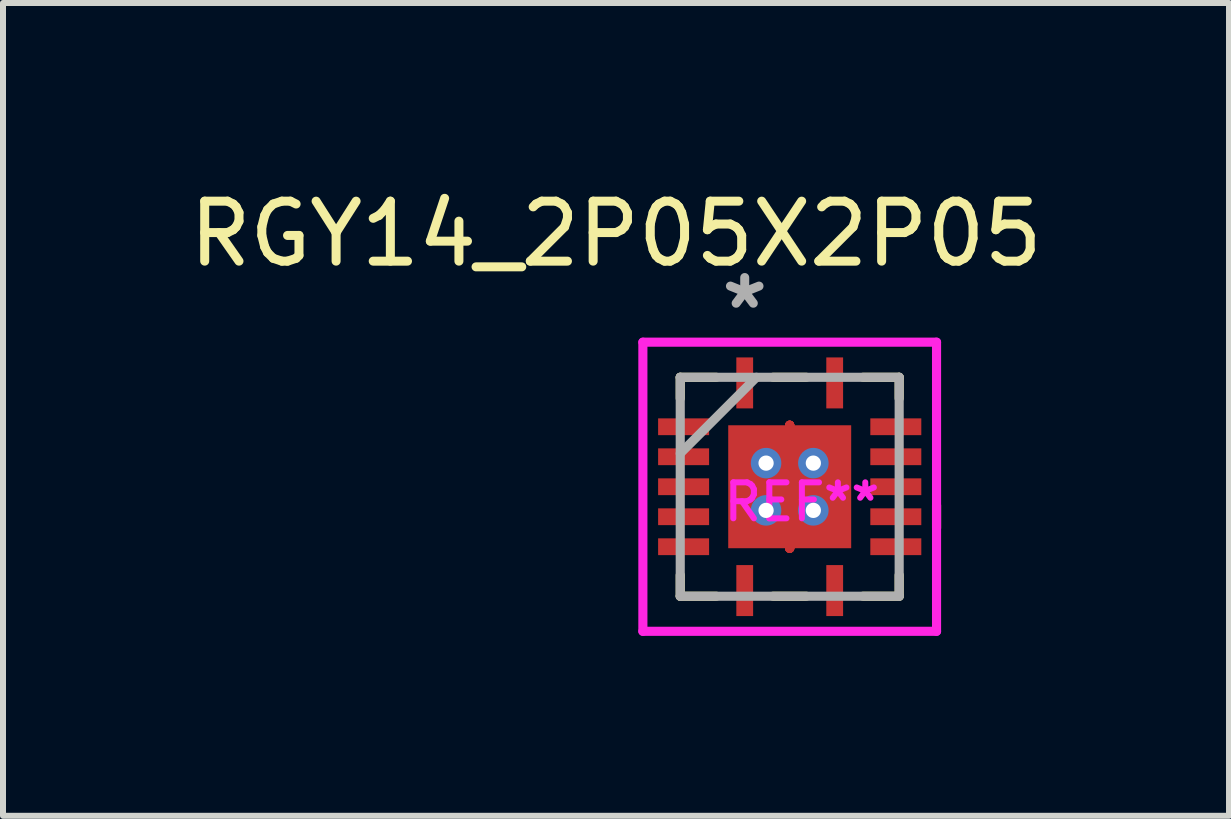
<source format=kicad_pcb>
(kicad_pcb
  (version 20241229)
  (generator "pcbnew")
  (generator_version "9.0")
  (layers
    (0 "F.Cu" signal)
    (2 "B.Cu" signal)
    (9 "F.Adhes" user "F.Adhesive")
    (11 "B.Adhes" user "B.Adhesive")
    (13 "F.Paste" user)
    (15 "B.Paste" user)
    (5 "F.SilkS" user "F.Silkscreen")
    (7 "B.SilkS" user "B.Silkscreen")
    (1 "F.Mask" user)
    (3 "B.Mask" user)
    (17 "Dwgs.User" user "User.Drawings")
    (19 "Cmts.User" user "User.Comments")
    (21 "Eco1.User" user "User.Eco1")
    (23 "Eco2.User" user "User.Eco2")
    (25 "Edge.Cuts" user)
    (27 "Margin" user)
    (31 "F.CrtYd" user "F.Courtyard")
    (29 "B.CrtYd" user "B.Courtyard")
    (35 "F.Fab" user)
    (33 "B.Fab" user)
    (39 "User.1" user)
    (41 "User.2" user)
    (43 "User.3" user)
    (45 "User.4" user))
  (footprint "RGY14_2P05X2P05"
    (layer "F.Cu")
    (at 10.116 5.065)
    (property "Reference" "RGY14_2P05X2P05" (at -2.896 -4.216 0) (layer "F.SilkS") (effects (font (size 1 1) (thickness 0.15))))
    (attr through_hole)
    (fp_line (start 0 -1.025) (end 0 -1.025) (stroke (width 0.152) (type solid)) (layer "F.Cu"))
    (fp_line (start 0 -1.025) (end 0 -1.025) (stroke (width 0.152) (type solid)) (layer "F.Cu"))
    (fp_line (start 0 -1.025) (end 0 -1.025) (stroke (width 0.152) (type solid)) (layer "F.Cu"))
    (fp_line (start 0 -1.025) (end 0 -1.025) (stroke (width 0.152) (type solid)) (layer "F.Cu"))
    (fp_line (start 0 -1.025) (end 0 -1.025) (stroke (width 0.152) (type solid)) (layer "F.Cu"))
    (fp_line (start 0 -1.025) (end 0 -1.025) (stroke (width 0.152) (type solid)) (layer "F.Cu"))
    (fp_line (start 0 -1.025) (end 0 -1.025) (stroke (width 0.152) (type solid)) (layer "F.Cu"))
    (fp_line (start 0 -1.025) (end 0 -1.025) (stroke (width 0.152) (type solid)) (layer "F.Cu"))
    (fp_line (start 0 1.025) (end 0 1.025) (stroke (width 0.152) (type solid)) (layer "F.Cu"))
    (fp_line (start 0 1.025) (end 0 1.025) (stroke (width 0.152) (type solid)) (layer "F.Cu"))
    (fp_line (start 0 1.025) (end 0 1.025) (stroke (width 0.152) (type solid)) (layer "F.Cu"))
    (fp_line (start 0 1.025) (end 0 1.025) (stroke (width 0.152) (type solid)) (layer "F.Cu"))
    (fp_line (start 0 1.025) (end 0 1.025) (stroke (width 0.152) (type solid)) (layer "F.Cu"))
    (fp_line (start 0 1.025) (end 0 1.025) (stroke (width 0.152) (type solid)) (layer "F.Cu"))
    (fp_line (start 0 1.025) (end 0 1.025) (stroke (width 0.152) (type solid)) (layer "F.Cu"))
    (fp_line (start 0 1.025) (end 0 1.025) (stroke (width 0.152) (type solid)) (layer "F.Cu"))
    (fp_line (start -2.264 -1.21) (end -2.264 -0.79) (stroke (width 0.152) (type solid)) (layer "F.Mask"))
    (fp_line (start -2.264 -0.79) (end -1.274 -0.79) (stroke (width 0.152) (type solid)) (layer "F.Mask"))
    (fp_line (start -2.264 -0.71) (end -2.264 -0.29) (stroke (width 0.152) (type solid)) (layer "F.Mask"))
    (fp_line (start -2.264 -0.29) (end -1.274 -0.29) (stroke (width 0.152) (type solid)) (layer "F.Mask"))
    (fp_line (start -2.264 -0.21) (end -2.264 0.21) (stroke (width 0.152) (type solid)) (layer "F.Mask"))
    (fp_line (start -2.264 0.21) (end -1.274 0.21) (stroke (width 0.152) (type solid)) (layer "F.Mask"))
    (fp_line (start -2.264 0.29) (end -2.264 0.71) (stroke (width 0.152) (type solid)) (layer "F.Mask"))
    (fp_line (start -2.264 0.71) (end -1.274 0.71) (stroke (width 0.152) (type solid)) (layer "F.Mask"))
    (fp_line (start -2.264 0.79) (end -2.264 1.21) (stroke (width 0.152) (type solid)) (layer "F.Mask"))
    (fp_line (start -2.264 1.21) (end -1.274 1.21) (stroke (width 0.152) (type solid)) (layer "F.Mask"))
    (fp_line (start -1.274 -1.21) (end -2.264 -1.21) (stroke (width 0.152) (type solid)) (layer "F.Mask"))
    (fp_line (start -1.274 -0.79) (end -1.274 -1.21) (stroke (width 0.152) (type solid)) (layer "F.Mask"))
    (fp_line (start -1.274 -0.71) (end -2.264 -0.71) (stroke (width 0.152) (type solid)) (layer "F.Mask"))
    (fp_line (start -1.274 -0.29) (end -1.274 -0.71) (stroke (width 0.152) (type solid)) (layer "F.Mask"))
    (fp_line (start -1.274 -0.21) (end -2.264 -0.21) (stroke (width 0.152) (type solid)) (layer "F.Mask"))
    (fp_line (start -1.274 0.21) (end -1.274 -0.21) (stroke (width 0.152) (type solid)) (layer "F.Mask"))
    (fp_line (start -1.274 0.29) (end -2.264 0.29) (stroke (width 0.152) (type solid)) (layer "F.Mask"))
    (fp_line (start -1.274 0.71) (end -1.274 0.29) (stroke (width 0.152) (type solid)) (layer "F.Mask"))
    (fp_line (start -1.274 0.79) (end -2.264 0.79) (stroke (width 0.152) (type solid)) (layer "F.Mask"))
    (fp_line (start -1.274 1.21) (end -1.274 0.79) (stroke (width 0.152) (type solid)) (layer "F.Mask"))
    (fp_line (start -1.089 -1.089) (end -0.594 -1.089) (stroke (width 0.152) (type solid)) (layer "F.Mask"))
    (fp_line (start -1.089 -1.089) (end 1.089 -1.089) (stroke (width 0.152) (type solid)) (layer "F.Mask"))
    (fp_line (start -1.089 -0.594) (end -1.089 -1.089) (stroke (width 0.152) (type solid)) (layer "F.Mask"))
    (fp_line (start -1.089 -0.194) (end 1.089 -0.194) (stroke (width 0.152) (type solid)) (layer "F.Mask"))
    (fp_line (start -1.089 0.194) (end -1.089 -0.194) (stroke (width 0.152) (type solid)) (layer "F.Mask"))
    (fp_line (start -1.089 0.594) (end 1.089 0.594) (stroke (width 0.152) (type solid)) (layer "F.Mask"))
    (fp_line (start -1.089 1.089) (end -1.089 -1.089) (stroke (width 0.152) (type solid)) (layer "F.Mask"))
    (fp_line (start -1.089 1.089) (end -1.089 0.594) (stroke (width 0.152) (type solid)) (layer "F.Mask"))
    (fp_line (start -0.96 -2.226) (end -0.96 -1.236) (stroke (width 0.152) (type solid)) (layer "F.Mask"))
    (fp_line (start -0.96 -1.236) (end -0.54 -1.236) (stroke (width 0.152) (type solid)) (layer "F.Mask"))
    (fp_line (start -0.96 1.236) (end -0.96 2.226) (stroke (width 0.152) (type solid)) (layer "F.Mask"))
    (fp_line (start -0.96 2.226) (end -0.54 2.226) (stroke (width 0.152) (type solid)) (layer "F.Mask"))
    (fp_line (start -0.594 -1.089) (end -0.594 1.089) (stroke (width 0.152) (type solid)) (layer "F.Mask"))
    (fp_line (start -0.594 1.089) (end -1.089 1.089) (stroke (width 0.152) (type solid)) (layer "F.Mask"))
    (fp_line (start -0.54 -2.226) (end -0.96 -2.226) (stroke (width 0.152) (type solid)) (layer "F.Mask"))
    (fp_line (start -0.54 -1.236) (end -0.54 -2.226) (stroke (width 0.152) (type solid)) (layer "F.Mask"))
    (fp_line (start -0.54 1.236) (end -0.96 1.236) (stroke (width 0.152) (type solid)) (layer "F.Mask"))
    (fp_line (start -0.54 2.226) (end -0.54 1.236) (stroke (width 0.152) (type solid)) (layer "F.Mask"))
    (fp_line (start -0.194 -1.089) (end -0.194 1.089) (stroke (width 0.152) (type solid)) (layer "F.Mask"))
    (fp_line (start -0.194 1.089) (end 0.194 1.089) (stroke (width 0.152) (type solid)) (layer "F.Mask"))
    (fp_line (start 0 -1.025) (end 0 -1.025) (stroke (width 0.152) (type solid)) (layer "F.Mask"))
    (fp_line (start 0 -1.025) (end 0 -1.025) (stroke (width 0.152) (type solid)) (layer "F.Mask"))
    (fp_line (start 0 -1.025) (end 0 -1.025) (stroke (width 0.152) (type solid)) (layer "F.Mask"))
    (fp_line (start 0 -1.025) (end 0 -1.025) (stroke (width 0.152) (type solid)) (layer "F.Mask"))
    (fp_line (start 0 -1.025) (end 0 -1.025) (stroke (width 0.152) (type solid)) (layer "F.Mask"))
    (fp_line (start 0 -1.025) (end 0 -1.025) (stroke (width 0.152) (type solid)) (layer "F.Mask"))
    (fp_line (start 0 -1.025) (end 0 -1.025) (stroke (width 0.152) (type solid)) (layer "F.Mask"))
    (fp_line (start 0 -1.025) (end 0 -1.025) (stroke (width 0.152) (type solid)) (layer "F.Mask"))
    (fp_line (start 0 1.025) (end 0 1.025) (stroke (width 0.152) (type solid)) (layer "F.Mask"))
    (fp_line (start 0 1.025) (end 0 1.025) (stroke (width 0.152) (type solid)) (layer "F.Mask"))
    (fp_line (start 0 1.025) (end 0 1.025) (stroke (width 0.152) (type solid)) (layer "F.Mask"))
    (fp_line (start 0 1.025) (end 0 1.025) (stroke (width 0.152) (type solid)) (layer "F.Mask"))
    (fp_line (start 0 1.025) (end 0 1.025) (stroke (width 0.152) (type solid)) (layer "F.Mask"))
    (fp_line (start 0 1.025) (end 0 1.025) (stroke (width 0.152) (type solid)) (layer "F.Mask"))
    (fp_line (start 0 1.025) (end 0 1.025) (stroke (width 0.152) (type solid)) (layer "F.Mask"))
    (fp_line (start 0 1.025) (end 0 1.025) (stroke (width 0.152) (type solid)) (layer "F.Mask"))
    (fp_line (start 0.194 -1.089) (end -0.194 -1.089) (stroke (width 0.152) (type solid)) (layer "F.Mask"))
    (fp_line (start 0.194 1.089) (end 0.194 -1.089) (stroke (width 0.152) (type solid)) (layer "F.Mask"))
    (fp_line (start 0.54 -2.226) (end 0.54 -1.236) (stroke (width 0.152) (type solid)) (layer "F.Mask"))
    (fp_line (start 0.54 -1.236) (end 0.96 -1.236) (stroke (width 0.152) (type solid)) (layer "F.Mask"))
    (fp_line (start 0.54 1.236) (end 0.54 2.226) (stroke (width 0.152) (type solid)) (layer "F.Mask"))
    (fp_line (start 0.54 2.226) (end 0.96 2.226) (stroke (width 0.152) (type solid)) (layer "F.Mask"))
    (fp_line (start 0.594 -1.089) (end 1.089 -1.089) (stroke (width 0.152) (type solid)) (layer "F.Mask"))
    (fp_line (start 0.594 1.089) (end 0.594 -1.089) (stroke (width 0.152) (type solid)) (layer "F.Mask"))
    (fp_line (start 0.96 -2.226) (end 0.54 -2.226) (stroke (width 0.152) (type solid)) (layer "F.Mask"))
    (fp_line (start 0.96 -1.236) (end 0.96 -2.226) (stroke (width 0.152) (type solid)) (layer "F.Mask"))
    (fp_line (start 0.96 1.236) (end 0.54 1.236) (stroke (width 0.152) (type solid)) (layer "F.Mask"))
    (fp_line (start 0.96 2.226) (end 0.96 1.236) (stroke (width 0.152) (type solid)) (layer "F.Mask"))
    (fp_line (start 1.089 -1.089) (end 1.089 -0.594) (stroke (width 0.152) (type solid)) (layer "F.Mask"))
    (fp_line (start 1.089 -1.089) (end 1.089 1.089) (stroke (width 0.152) (type solid)) (layer "F.Mask"))
    (fp_line (start 1.089 -0.594) (end -1.089 -0.594) (stroke (width 0.152) (type solid)) (layer "F.Mask"))
    (fp_line (start 1.089 -0.194) (end 1.089 0.194) (stroke (width 0.152) (type solid)) (layer "F.Mask"))
    (fp_line (start 1.089 0.194) (end -1.089 0.194) (stroke (width 0.152) (type solid)) (layer "F.Mask"))
    (fp_line (start 1.089 0.594) (end 1.089 1.089) (stroke (width 0.152) (type solid)) (layer "F.Mask"))
    (fp_line (start 1.089 1.089) (end -1.089 1.089) (stroke (width 0.152) (type solid)) (layer "F.Mask"))
    (fp_line (start 1.089 1.089) (end 0.594 1.089) (stroke (width 0.152) (type solid)) (layer "F.Mask"))
    (fp_line (start 1.274 -1.21) (end 1.274 -0.79) (stroke (width 0.152) (type solid)) (layer "F.Mask"))
    (fp_line (start 1.274 -0.79) (end 2.264 -0.79) (stroke (width 0.152) (type solid)) (layer "F.Mask"))
    (fp_line (start 1.274 -0.71) (end 1.274 -0.29) (stroke (width 0.152) (type solid)) (layer "F.Mask"))
    (fp_line (start 1.274 -0.29) (end 2.264 -0.29) (stroke (width 0.152) (type solid)) (layer "F.Mask"))
    (fp_line (start 1.274 -0.21) (end 1.274 0.21) (stroke (width 0.152) (type solid)) (layer "F.Mask"))
    (fp_line (start 1.274 0.21) (end 2.264 0.21) (stroke (width 0.152) (type solid)) (layer "F.Mask"))
    (fp_line (start 1.274 0.29) (end 1.274 0.71) (stroke (width 0.152) (type solid)) (layer "F.Mask"))
    (fp_line (start 1.274 0.71) (end 2.264 0.71) (stroke (width 0.152) (type solid)) (layer "F.Mask"))
    (fp_line (start 1.274 0.79) (end 1.274 1.21) (stroke (width 0.152) (type solid)) (layer "F.Mask"))
    (fp_line (start 1.274 1.21) (end 2.264 1.21) (stroke (width 0.152) (type solid)) (layer "F.Mask"))
    (fp_line (start 2.264 -1.21) (end 1.274 -1.21) (stroke (width 0.152) (type solid)) (layer "F.Mask"))
    (fp_line (start 2.264 -0.79) (end 2.264 -1.21) (stroke (width 0.152) (type solid)) (layer "F.Mask"))
    (fp_line (start 2.264 -0.71) (end 1.274 -0.71) (stroke (width 0.152) (type solid)) (layer "F.Mask"))
    (fp_line (start 2.264 -0.29) (end 2.264 -0.71) (stroke (width 0.152) (type solid)) (layer "F.Mask"))
    (fp_line (start 2.264 -0.21) (end 1.274 -0.21) (stroke (width 0.152) (type solid)) (layer "F.Mask"))
    (fp_line (start 2.264 0.21) (end 2.264 -0.21) (stroke (width 0.152) (type solid)) (layer "F.Mask"))
    (fp_line (start 2.264 0.29) (end 1.274 0.29) (stroke (width 0.152) (type solid)) (layer "F.Mask"))
    (fp_line (start 2.264 0.71) (end 2.264 0.29) (stroke (width 0.152) (type solid)) (layer "F.Mask"))
    (fp_line (start 2.264 0.79) (end 1.274 0.79) (stroke (width 0.152) (type solid)) (layer "F.Mask"))
    (fp_line (start 2.264 1.21) (end 2.264 0.79) (stroke (width 0.152) (type solid)) (layer "F.Mask"))
    (fp_line (start -1.825 -1.825) (end -1.825 -1.473) (stroke (width 0.152) (type solid)) (layer "F.SilkS"))
    (fp_line (start -1.825 1.473) (end -1.825 1.825) (stroke (width 0.152) (type solid)) (layer "F.SilkS"))
    (fp_line (start -1.825 1.825) (end -1.223 1.825) (stroke (width 0.152) (type solid)) (layer "F.SilkS"))
    (fp_line (start -1.223 -1.825) (end -1.825 -1.825) (stroke (width 0.152) (type solid)) (layer "F.SilkS"))
    (fp_line (start -0.277 1.825) (end 0.277 1.825) (stroke (width 0.152) (type solid)) (layer "F.SilkS"))
    (fp_line (start 0.277 -1.825) (end -0.277 -1.825) (stroke (width 0.152) (type solid)) (layer "F.SilkS"))
    (fp_line (start 1.223 1.825) (end 1.825 1.825) (stroke (width 0.152) (type solid)) (layer "F.SilkS"))
    (fp_line (start 1.825 -1.825) (end 1.223 -1.825) (stroke (width 0.152) (type solid)) (layer "F.SilkS"))
    (fp_line (start 1.825 -1.473) (end 1.825 -1.825) (stroke (width 0.152) (type solid)) (layer "F.SilkS"))
    (fp_line (start 1.825 1.825) (end 1.825 1.473) (stroke (width 0.152) (type solid)) (layer "F.SilkS"))
    (fp_line (start 2.448 0.69) (end 2.448 0.309) (stroke (width 0.152) (type solid)) (layer "F.SilkS"))
    (fp_line (start -2.143 -1.089) (end -2.143 -0.911) (stroke (width 0.152) (type solid)) (layer "F.Paste"))
    (fp_line (start -2.143 -0.911) (end -1.395 -0.911) (stroke (width 0.152) (type solid)) (layer "F.Paste"))
    (fp_line (start -2.143 -0.589) (end -2.143 -0.411) (stroke (width 0.152) (type solid)) (layer "F.Paste"))
    (fp_line (start -2.143 -0.411) (end -1.395 -0.411) (stroke (width 0.152) (type solid)) (layer "F.Paste"))
    (fp_line (start -2.143 -0.089) (end -2.143 0.089) (stroke (width 0.152) (type solid)) (layer "F.Paste"))
    (fp_line (start -2.143 0.089) (end -1.395 0.089) (stroke (width 0.152) (type solid)) (layer "F.Paste"))
    (fp_line (start -2.143 0.411) (end -2.143 0.589) (stroke (width 0.152) (type solid)) (layer "F.Paste"))
    (fp_line (start -2.143 0.589) (end -1.395 0.589) (stroke (width 0.152) (type solid)) (layer "F.Paste"))
    (fp_line (start -2.143 0.911) (end -2.143 1.089) (stroke (width 0.152) (type solid)) (layer "F.Paste"))
    (fp_line (start -2.143 1.089) (end -1.395 1.089) (stroke (width 0.152) (type solid)) (layer "F.Paste"))
    (fp_line (start -1.395 -1.089) (end -2.143 -1.089) (stroke (width 0.152) (type solid)) (layer "F.Paste"))
    (fp_line (start -1.395 -0.911) (end -1.395 -1.089) (stroke (width 0.152) (type solid)) (layer "F.Paste"))
    (fp_line (start -1.395 -0.589) (end -2.143 -0.589) (stroke (width 0.152) (type solid)) (layer "F.Paste"))
    (fp_line (start -1.395 -0.411) (end -1.395 -0.589) (stroke (width 0.152) (type solid)) (layer "F.Paste"))
    (fp_line (start -1.395 -0.089) (end -2.143 -0.089) (stroke (width 0.152) (type solid)) (layer "F.Paste"))
    (fp_line (start -1.395 0.089) (end -1.395 -0.089) (stroke (width 0.152) (type solid)) (layer "F.Paste"))
    (fp_line (start -1.395 0.411) (end -2.143 0.411) (stroke (width 0.152) (type solid)) (layer "F.Paste"))
    (fp_line (start -1.395 0.589) (end -1.395 0.411) (stroke (width 0.152) (type solid)) (layer "F.Paste"))
    (fp_line (start -1.395 0.911) (end -2.143 0.911) (stroke (width 0.152) (type solid)) (layer "F.Paste"))
    (fp_line (start -1.395 1.089) (end -1.395 0.911) (stroke (width 0.152) (type solid)) (layer "F.Paste"))
    (fp_line (start -0.95 -0.95) (end -0.95 -0.494) (stroke (width 0.152) (type solid)) (layer "F.Paste"))
    (fp_line (start -0.95 -0.494) (end -0.635 -0.494) (stroke (width 0.152) (type solid)) (layer "F.Paste"))
    (fp_line (start -0.95 -0.294) (end -0.95 0.294) (stroke (width 0.152) (type solid)) (layer "F.Paste"))
    (fp_line (start -0.95 0.294) (end -0.635 0.294) (stroke (width 0.152) (type solid)) (layer "F.Paste"))
    (fp_line (start -0.95 0.494) (end -0.95 0.95) (stroke (width 0.152) (type solid)) (layer "F.Paste"))
    (fp_line (start -0.95 0.95) (end -0.494 0.95) (stroke (width 0.152) (type solid)) (layer "F.Paste"))
    (fp_line (start -0.839 -2.105) (end -0.839 -1.357) (stroke (width 0.152) (type solid)) (layer "F.Paste"))
    (fp_line (start -0.839 -1.357) (end -0.661 -1.357) (stroke (width 0.152) (type solid)) (layer "F.Paste"))
    (fp_line (start -0.839 1.357) (end -0.839 2.105) (stroke (width 0.152) (type solid)) (layer "F.Paste"))
    (fp_line (start -0.839 2.105) (end -0.661 2.105) (stroke (width 0.152) (type solid)) (layer "F.Paste"))
    (fp_line (start -0.661 -2.105) (end -0.839 -2.105) (stroke (width 0.152) (type solid)) (layer "F.Paste"))
    (fp_line (start -0.661 -1.357) (end -0.661 -2.105) (stroke (width 0.152) (type solid)) (layer "F.Paste"))
    (fp_line (start -0.661 1.357) (end -0.839 1.357) (stroke (width 0.152) (type solid)) (layer "F.Paste"))
    (fp_line (start -0.661 2.105) (end -0.661 1.357) (stroke (width 0.152) (type solid)) (layer "F.Paste"))
    (fp_line (start -0.635 -0.494) (end -0.635 -0.494) (stroke (width 0.152) (type solid)) (layer "F.Paste"))
    (fp_line (start -0.635 -0.494) (end -0.494 -0.635) (stroke (width 0.152) (type solid)) (layer "F.Paste"))
    (fp_line (start -0.635 -0.294) (end -0.95 -0.294) (stroke (width 0.152) (type solid)) (layer "F.Paste"))
    (fp_line (start -0.635 -0.294) (end -0.635 -0.294) (stroke (width 0.152) (type solid)) (layer "F.Paste"))
    (fp_line (start -0.635 0.294) (end -0.635 0.294) (stroke (width 0.152) (type solid)) (layer "F.Paste"))
    (fp_line (start -0.635 0.294) (end -0.494 0.152) (stroke (width 0.152) (type solid)) (layer "F.Paste"))
    (fp_line (start -0.635 0.494) (end -0.95 0.494) (stroke (width 0.152) (type solid)) (layer "F.Paste"))
    (fp_line (start -0.635 0.494) (end -0.635 0.494) (stroke (width 0.152) (type solid)) (layer "F.Paste"))
    (fp_line (start -0.494 -0.95) (end -0.95 -0.95) (stroke (width 0.152) (type solid)) (layer "F.Paste"))
    (fp_line (start -0.494 -0.635) (end -0.494 -0.95) (stroke (width 0.152) (type solid)) (layer "F.Paste"))
    (fp_line (start -0.494 -0.635) (end -0.494 -0.635) (stroke (width 0.152) (type solid)) (layer "F.Paste"))
    (fp_line (start -0.494 -0.152) (end -0.635 -0.294) (stroke (width 0.152) (type solid)) (layer "F.Paste"))
    (fp_line (start -0.494 -0.152) (end -0.494 -0.152) (stroke (width 0.152) (type solid)) (layer "F.Paste"))
    (fp_line (start -0.494 0.152) (end -0.494 -0.152) (stroke (width 0.152) (type solid)) (layer "F.Paste"))
    (fp_line (start -0.494 0.152) (end -0.494 0.152) (stroke (width 0.152) (type solid)) (layer "F.Paste"))
    (fp_line (start -0.494 0.635) (end -0.635 0.494) (stroke (width 0.152) (type solid)) (layer "F.Paste"))
    (fp_line (start -0.494 0.635) (end -0.494 0.635) (stroke (width 0.152) (type solid)) (layer "F.Paste"))
    (fp_line (start -0.494 0.95) (end -0.494 0.635) (stroke (width 0.152) (type solid)) (layer "F.Paste"))
    (fp_line (start -0.294 -0.95) (end -0.294 -0.635) (stroke (width 0.152) (type solid)) (layer "F.Paste"))
    (fp_line (start -0.294 -0.635) (end -0.294 -0.635) (stroke (width 0.152) (type solid)) (layer "F.Paste"))
    (fp_line (start -0.294 -0.635) (end -0.152 -0.494) (stroke (width 0.152) (type solid)) (layer "F.Paste"))
    (fp_line (start -0.294 -0.152) (end -0.294 -0.152) (stroke (width 0.152) (type solid)) (layer "F.Paste"))
    (fp_line (start -0.294 -0.152) (end -0.294 0.152) (stroke (width 0.152) (type solid)) (layer "F.Paste"))
    (fp_line (start -0.294 0.152) (end -0.294 0.152) (stroke (width 0.152) (type solid)) (layer "F.Paste"))
    (fp_line (start -0.294 0.152) (end -0.152 0.294) (stroke (width 0.152) (type solid)) (layer "F.Paste"))
    (fp_line (start -0.294 0.635) (end -0.294 0.635) (stroke (width 0.152) (type solid)) (layer "F.Paste"))
    (fp_line (start -0.294 0.635) (end -0.294 0.95) (stroke (width 0.152) (type solid)) (layer "F.Paste"))
    (fp_line (start -0.294 0.95) (end 0.294 0.95) (stroke (width 0.152) (type solid)) (layer "F.Paste"))
    (fp_line (start -0.152 -0.494) (end -0.152 -0.494) (stroke (width 0.152) (type solid)) (layer "F.Paste"))
    (fp_line (start -0.152 -0.494) (end 0.152 -0.494) (stroke (width 0.152) (type solid)) (layer "F.Paste"))
    (fp_line (start -0.152 -0.294) (end -0.294 -0.152) (stroke (width 0.152) (type solid)) (layer "F.Paste"))
    (fp_line (start -0.152 -0.294) (end -0.152 -0.294) (stroke (width 0.152) (type solid)) (layer "F.Paste"))
    (fp_line (start -0.152 0.294) (end -0.152 0.294) (stroke (width 0.152) (type solid)) (layer "F.Paste"))
    (fp_line (start -0.152 0.294) (end 0.152 0.294) (stroke (width 0.152) (type solid)) (layer "F.Paste"))
    (fp_line (start -0.152 0.494) (end -0.294 0.635) (stroke (width 0.152) (type solid)) (layer "F.Paste"))
    (fp_line (start -0.152 0.494) (end -0.152 0.494) (stroke (width 0.152) (type solid)) (layer "F.Paste"))
    (fp_line (start 0 -1.025) (end 0 -1.025) (stroke (width 0.152) (type solid)) (layer "F.Paste"))
    (fp_line (start 0 -1.025) (end 0 -1.025) (stroke (width 0.152) (type solid)) (layer "F.Paste"))
    (fp_line (start 0 -1.025) (end 0 -1.025) (stroke (width 0.152) (type solid)) (layer "F.Paste"))
    (fp_line (start 0 -1.025) (end 0 -1.025) (stroke (width 0.152) (type solid)) (layer "F.Paste"))
    (fp_line (start 0 -1.025) (end 0 -1.025) (stroke (width 0.152) (type solid)) (layer "F.Paste"))
    (fp_line (start 0 -1.025) (end 0 -1.025) (stroke (width 0.152) (type solid)) (layer "F.Paste"))
    (fp_line (start 0 -1.025) (end 0 -1.025) (stroke (width 0.152) (type solid)) (layer "F.Paste"))
    (fp_line (start 0 -1.025) (end 0 -1.025) (stroke (width 0.152) (type solid)) (layer "F.Paste"))
    (fp_line (start 0 1.025) (end 0 1.025) (stroke (width 0.152) (type solid)) (layer "F.Paste"))
    (fp_line (start 0 1.025) (end 0 1.025) (stroke (width 0.152) (type solid)) (layer "F.Paste"))
    (fp_line (start 0 1.025) (end 0 1.025) (stroke (width 0.152) (type solid)) (layer "F.Paste"))
    (fp_line (start 0 1.025) (end 0 1.025) (stroke (width 0.152) (type solid)) (layer "F.Paste"))
    (fp_line (start 0 1.025) (end 0 1.025) (stroke (width 0.152) (type solid)) (layer "F.Paste"))
    (fp_line (start 0 1.025) (end 0 1.025) (stroke (width 0.152) (type solid)) (layer "F.Paste"))
    (fp_line (start 0 1.025) (end 0 1.025) (stroke (width 0.152) (type solid)) (layer "F.Paste"))
    (fp_line (start 0 1.025) (end 0 1.025) (stroke (width 0.152) (type solid)) (layer "F.Paste"))
    (fp_line (start 0.152 -0.494) (end 0.152 -0.494) (stroke (width 0.152) (type solid)) (layer "F.Paste"))
    (fp_line (start 0.152 -0.494) (end 0.294 -0.635) (stroke (width 0.152) (type solid)) (layer "F.Paste"))
    (fp_line (start 0.152 -0.294) (end -0.152 -0.294) (stroke (width 0.152) (type solid)) (layer "F.Paste"))
    (fp_line (start 0.152 -0.294) (end 0.152 -0.294) (stroke (width 0.152) (type solid)) (layer "F.Paste"))
    (fp_line (start 0.152 0.294) (end 0.152 0.294) (stroke (width 0.152) (type solid)) (layer "F.Paste"))
    (fp_line (start 0.152 0.294) (end 0.294 0.152) (stroke (width 0.152) (type solid)) (layer "F.Paste"))
    (fp_line (start 0.152 0.494) (end -0.152 0.494) (stroke (width 0.152) (type solid)) (layer "F.Paste"))
    (fp_line (start 0.152 0.494) (end 0.152 0.494) (stroke (width 0.152) (type solid)) (layer "F.Paste"))
    (fp_line (start 0.294 -0.95) (end -0.294 -0.95) (stroke (width 0.152) (type solid)) (layer "F.Paste"))
    (fp_line (start 0.294 -0.635) (end 0.294 -0.95) (stroke (width 0.152) (type solid)) (layer "F.Paste"))
    (fp_line (start 0.294 -0.635) (end 0.294 -0.635) (stroke (width 0.152) (type solid)) (layer "F.Paste"))
    (fp_line (start 0.294 -0.152) (end 0.152 -0.294) (stroke (width 0.152) (type solid)) (layer "F.Paste"))
    (fp_line (start 0.294 -0.152) (end 0.294 -0.152) (stroke (width 0.152) (type solid)) (layer "F.Paste"))
    (fp_line (start 0.294 0.152) (end 0.294 -0.152) (stroke (width 0.152) (type solid)) (layer "F.Paste"))
    (fp_line (start 0.294 0.152) (end 0.294 0.152) (stroke (width 0.152) (type solid)) (layer "F.Paste"))
    (fp_line (start 0.294 0.635) (end 0.152 0.494) (stroke (width 0.152) (type solid)) (layer "F.Paste"))
    (fp_line (start 0.294 0.635) (end 0.294 0.635) (stroke (width 0.152) (type solid)) (layer "F.Paste"))
    (fp_line (start 0.294 0.95) (end 0.294 0.635) (stroke (width 0.152) (type solid)) (layer "F.Paste"))
    (fp_line (start 0.494 -0.95) (end 0.494 -0.635) (stroke (width 0.152) (type solid)) (layer "F.Paste"))
    (fp_line (start 0.494 -0.635) (end 0.494 -0.635) (stroke (width 0.152) (type solid)) (layer "F.Paste"))
    (fp_line (start 0.494 -0.635) (end 0.635 -0.494) (stroke (width 0.152) (type solid)) (layer "F.Paste"))
    (fp_line (start 0.494 -0.152) (end 0.494 -0.152) (stroke (width 0.152) (type solid)) (layer "F.Paste"))
    (fp_line (start 0.494 -0.152) (end 0.494 0.152) (stroke (width 0.152) (type solid)) (layer "F.Paste"))
    (fp_line (start 0.494 0.152) (end 0.494 0.152) (stroke (width 0.152) (type solid)) (layer "F.Paste"))
    (fp_line (start 0.494 0.152) (end 0.635 0.294) (stroke (width 0.152) (type solid)) (layer "F.Paste"))
    (fp_line (start 0.494 0.635) (end 0.494 0.635) (stroke (width 0.152) (type solid)) (layer "F.Paste"))
    (fp_line (start 0.494 0.635) (end 0.494 0.95) (stroke (width 0.152) (type solid)) (layer "F.Paste"))
    (fp_line (start 0.494 0.95) (end 0.95 0.95) (stroke (width 0.152) (type solid)) (layer "F.Paste"))
    (fp_line (start 0.635 -0.494) (end 0.635 -0.494) (stroke (width 0.152) (type solid)) (layer "F.Paste"))
    (fp_line (start 0.635 -0.494) (end 0.95 -0.494) (stroke (width 0.152) (type solid)) (layer "F.Paste"))
    (fp_line (start 0.635 -0.294) (end 0.494 -0.152) (stroke (width 0.152) (type solid)) (layer "F.Paste"))
    (fp_line (start 0.635 -0.294) (end 0.635 -0.294) (stroke (width 0.152) (type solid)) (layer "F.Paste"))
    (fp_line (start 0.635 0.294) (end 0.635 0.294) (stroke (width 0.152) (type solid)) (layer "F.Paste"))
    (fp_line (start 0.635 0.294) (end 0.95 0.294) (stroke (width 0.152) (type solid)) (layer "F.Paste"))
    (fp_line (start 0.635 0.494) (end 0.494 0.635) (stroke (width 0.152) (type solid)) (layer "F.Paste"))
    (fp_line (start 0.635 0.494) (end 0.635 0.494) (stroke (width 0.152) (type solid)) (layer "F.Paste"))
    (fp_line (start 0.661 -2.105) (end 0.661 -1.357) (stroke (width 0.152) (type solid)) (layer "F.Paste"))
    (fp_line (start 0.661 -1.357) (end 0.839 -1.357) (stroke (width 0.152) (type solid)) (layer "F.Paste"))
    (fp_line (start 0.661 1.357) (end 0.661 2.105) (stroke (width 0.152) (type solid)) (layer "F.Paste"))
    (fp_line (start 0.661 2.105) (end 0.839 2.105) (stroke (width 0.152) (type solid)) (layer "F.Paste"))
    (fp_line (start 0.839 -2.105) (end 0.661 -2.105) (stroke (width 0.152) (type solid)) (layer "F.Paste"))
    (fp_line (start 0.839 -1.357) (end 0.839 -2.105) (stroke (width 0.152) (type solid)) (layer "F.Paste"))
    (fp_line (start 0.839 1.357) (end 0.661 1.357) (stroke (width 0.152) (type solid)) (layer "F.Paste"))
    (fp_line (start 0.839 2.105) (end 0.839 1.357) (stroke (width 0.152) (type solid)) (layer "F.Paste"))
    (fp_line (start 0.95 -0.95) (end 0.494 -0.95) (stroke (width 0.152) (type solid)) (layer "F.Paste"))
    (fp_line (start 0.95 -0.494) (end 0.95 -0.95) (stroke (width 0.152) (type solid)) (layer "F.Paste"))
    (fp_line (start 0.95 -0.294) (end 0.635 -0.294) (stroke (width 0.152) (type solid)) (layer "F.Paste"))
    (fp_line (start 0.95 0.294) (end 0.95 -0.294) (stroke (width 0.152) (type solid)) (layer "F.Paste"))
    (fp_line (start 0.95 0.494) (end 0.635 0.494) (stroke (width 0.152) (type solid)) (layer "F.Paste"))
    (fp_line (start 0.95 0.95) (end 0.95 0.494) (stroke (width 0.152) (type solid)) (layer "F.Paste"))
    (fp_line (start 1.395 -1.089) (end 1.395 -0.911) (stroke (width 0.152) (type solid)) (layer "F.Paste"))
    (fp_line (start 1.395 -0.911) (end 2.143 -0.911) (stroke (width 0.152) (type solid)) (layer "F.Paste"))
    (fp_line (start 1.395 -0.589) (end 1.395 -0.411) (stroke (width 0.152) (type solid)) (layer "F.Paste"))
    (fp_line (start 1.395 -0.411) (end 2.143 -0.411) (stroke (width 0.152) (type solid)) (layer "F.Paste"))
    (fp_line (start 1.395 -0.089) (end 1.395 0.089) (stroke (width 0.152) (type solid)) (layer "F.Paste"))
    (fp_line (start 1.395 0.089) (end 2.143 0.089) (stroke (width 0.152) (type solid)) (layer "F.Paste"))
    (fp_line (start 1.395 0.411) (end 1.395 0.589) (stroke (width 0.152) (type solid)) (layer "F.Paste"))
    (fp_line (start 1.395 0.589) (end 2.143 0.589) (stroke (width 0.152) (type solid)) (layer "F.Paste"))
    (fp_line (start 1.395 0.911) (end 1.395 1.089) (stroke (width 0.152) (type solid)) (layer "F.Paste"))
    (fp_line (start 1.395 1.089) (end 2.143 1.089) (stroke (width 0.152) (type solid)) (layer "F.Paste"))
    (fp_line (start 2.143 -1.089) (end 1.395 -1.089) (stroke (width 0.152) (type solid)) (layer "F.Paste"))
    (fp_line (start 2.143 -0.911) (end 2.143 -1.089) (stroke (width 0.152) (type solid)) (layer "F.Paste"))
    (fp_line (start 2.143 -0.589) (end 1.395 -0.589) (stroke (width 0.152) (type solid)) (layer "F.Paste"))
    (fp_line (start 2.143 -0.411) (end 2.143 -0.589) (stroke (width 0.152) (type solid)) (layer "F.Paste"))
    (fp_line (start 2.143 -0.089) (end 1.395 -0.089) (stroke (width 0.152) (type solid)) (layer "F.Paste"))
    (fp_line (start 2.143 0.089) (end 2.143 -0.089) (stroke (width 0.152) (type solid)) (layer "F.Paste"))
    (fp_line (start 2.143 0.411) (end 1.395 0.411) (stroke (width 0.152) (type solid)) (layer "F.Paste"))
    (fp_line (start 2.143 0.589) (end 2.143 0.411) (stroke (width 0.152) (type solid)) (layer "F.Paste"))
    (fp_line (start 2.143 0.911) (end 1.395 0.911) (stroke (width 0.152) (type solid)) (layer "F.Paste"))
    (fp_line (start 2.143 1.089) (end 2.143 0.911) (stroke (width 0.152) (type solid)) (layer "F.Paste"))
    (fp_line (start -2.448 -2.41) (end 2.448 -2.41) (stroke (width 0.152) (type solid)) (layer "F.CrtYd"))
    (fp_line (start -2.448 2.41) (end -2.448 -2.41) (stroke (width 0.152) (type solid)) (layer "F.CrtYd"))
    (fp_line (start 2.448 -2.41) (end 2.448 2.41) (stroke (width 0.152) (type solid)) (layer "F.CrtYd"))
    (fp_line (start 2.448 2.41) (end -2.448 2.41) (stroke (width 0.152) (type solid)) (layer "F.CrtYd"))
    (fp_line (start -1.825 -1.825) (end -1.825 1.825) (stroke (width 0.152) (type solid)) (layer "F.Fab"))
    (fp_line (start -1.825 -0.555) (end -0.555 -1.825) (stroke (width 0.152) (type solid)) (layer "F.Fab"))
    (fp_line (start -1.825 1.825) (end 1.825 1.825) (stroke (width 0.152) (type solid)) (layer "F.Fab"))
    (fp_line (start 1.825 -1.825) (end -1.825 -1.825) (stroke (width 0.152) (type solid)) (layer "F.Fab"))
    (fp_line (start 1.825 1.825) (end 1.825 -1.825) (stroke (width 0.152) (type solid)) (layer "F.Fab"))
    (fp_text user "REF**" (at 0.203 0.254 0) (layer "F.CrtYd") (effects (font (size 0.6 0.6) (thickness 0.1))))
    (fp_text user "*" (at -0.75 -2.943 0) (layer "F.Fab") (effects (font (size 1 1) (thickness 0.15))))
    (pad "1" smd rect (at -0.75 -1.731) (size 0.28 0.85) (layers "F.Cu" "F.Mask" "F.Paste"))
    (pad "2" smd rect (at -1.769 -1 90) (size 0.28 0.85) (layers "F.Cu" "F.Mask" "F.Paste"))
    (pad "3" smd rect (at -1.769 -0.5 90) (size 0.28 0.85) (layers "F.Cu" "F.Mask" "F.Paste"))
    (pad "4" smd rect (at -1.769 0 90) (size 0.28 0.85) (layers "F.Cu" "F.Mask" "F.Paste"))
    (pad "5" smd rect (at -1.769 0.5 90) (size 0.28 0.85) (layers "F.Cu" "F.Mask" "F.Paste"))
    (pad "6" smd rect (at -1.769 1 90) (size 0.28 0.85) (layers "F.Cu" "F.Mask" "F.Paste"))
    (pad "7" smd rect (at -0.75 1.731) (size 0.28 0.85) (layers "F.Cu" "F.Mask" "F.Paste"))
    (pad "8" smd rect (at 0.75 1.731) (size 0.28 0.85) (layers "F.Cu" "F.Mask" "F.Paste"))
    (pad "9" smd rect (at 1.769 1 90) (size 0.28 0.85) (layers "F.Cu" "F.Mask" "F.Paste"))
    (pad "10" smd rect (at 1.769 0.5 90) (size 0.28 0.85) (layers "F.Cu" "F.Mask" "F.Paste"))
    (pad "11" smd rect (at 1.769 0 90) (size 0.28 0.85) (layers "F.Cu" "F.Mask" "F.Paste"))
    (pad "12" smd rect (at 1.769 -0.5 90) (size 0.28 0.85) (layers "F.Cu" "F.Mask" "F.Paste"))
    (pad "13" smd rect (at 1.769 -1 90) (size 0.28 0.85) (layers "F.Cu" "F.Mask" "F.Paste"))
    (pad "14" smd rect (at 0.75 -1.731) (size 0.28 0.85) (layers "F.Cu" "F.Mask" "F.Paste"))
    (pad "15" smd rect (at 0 0) (size 2.05 2.05) (layers "F.Cu" "F.Mask" "F.Paste"))
    (pad "V" thru_hole circle (at -0.394 -0.394) (size 0.508 0.508) (drill 0.254) (layers "*.Cu" "*.Mask"))
    (pad "V" thru_hole circle (at -0.394 0.394) (size 0.508 0.508) (drill 0.254) (layers "*.Cu" "*.Mask"))
    (pad "V" thru_hole circle (at 0.394 -0.394) (size 0.508 0.508) (drill 0.254) (layers "*.Cu" "*.Mask"))
    (pad "V" thru_hole circle (at 0.394 0.394) (size 0.508 0.508) (drill 0.254) (layers "*.Cu" "*.Mask")))
  (gr_rect
    (start -3 -3)
    (end 17.44 10.551)
    (stroke (width 0.1) (type default))
    (fill no)
    (layer "Edge.Cuts")))
</source>
